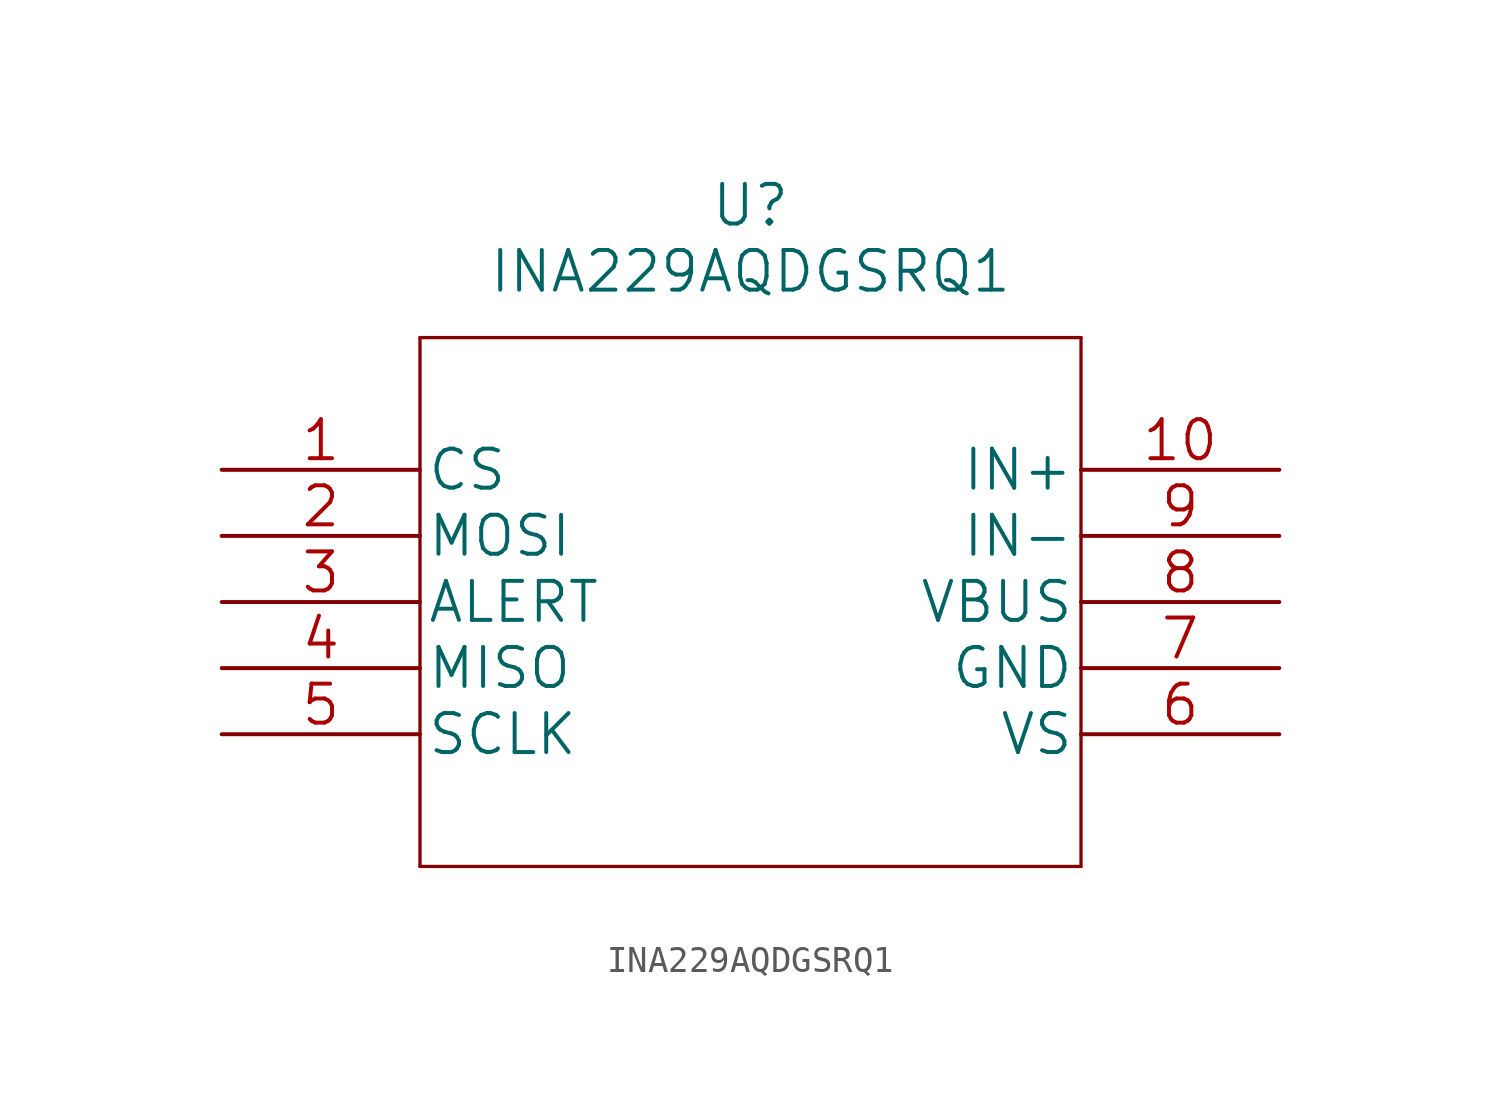
<source format=kicad_sym>
(kicad_symbol_lib
  (version 20220914)
  (generator kicad_symbol_editor)
  (symbol "INA229AQDGSRQ1"
    (pin_names
      (offset 0.254))
    (property "Reference" "U"
      (at 20.32 10.16 0)
      (effects (font (size 1.524 1.524))))
    (property "Value" "INA229AQDGSRQ1"
      (at 20.32 7.62 0)
      (effects (font (size 1.524 1.524))))
    (property "Datasheet" ""
      (at 0 0 0)
      (effects (font (size 1.524 1.524))))
    (symbol "INA229AQDGSRQ1_1_1"
      (polyline (pts (xy 7.62 -15.24) (xy 33.02 -15.24)) (stroke (width 0.127) (type solid)) (fill (type none)))
      (polyline (pts (xy 7.62 5.08) (xy 7.62 -15.24)) (stroke (width 0.127) (type solid)) (fill (type none)))
      (polyline (pts (xy 33.02 -15.24) (xy 33.02 5.08)) (stroke (width 0.127) (type solid)) (fill (type none)))
      (polyline (pts (xy 33.02 5.08) (xy 7.62 5.08)) (stroke (width 0.127) (type solid)) (fill (type none)))
      (pin input line (at 0 0 0) (length 7.62) (name "CS" (effects (font (size 1.499 1.499)))) (number "1" (effects (font (size 1.499 1.499)))))
      (pin input line (at 40.64 0 180) (length 7.62) (name "IN+" (effects (font (size 1.499 1.499)))) (number "10" (effects (font (size 1.499 1.499)))))
      (pin input line (at 0 -2.54 0) (length 7.62) (name "MOSI" (effects (font (size 1.499 1.499)))) (number "2" (effects (font (size 1.499 1.499)))))
      (pin output line (at 0 -5.08 0) (length 7.62) (name "ALERT" (effects (font (size 1.499 1.499)))) (number "3" (effects (font (size 1.499 1.499)))))
      (pin output line (at 0 -7.62 0) (length 7.62) (name "MISO" (effects (font (size 1.499 1.499)))) (number "4" (effects (font (size 1.499 1.499)))))
      (pin input line (at 0 -10.16 0) (length 7.62) (name "SCLK" (effects (font (size 1.499 1.499)))) (number "5" (effects (font (size 1.499 1.499)))))
      (pin power_in line (at 40.64 -10.16 180) (length 7.62) (name "VS" (effects (font (size 1.499 1.499)))) (number "6" (effects (font (size 1.499 1.499)))))
      (pin power_in line (at 40.64 -7.62 180) (length 7.62) (name "GND" (effects (font (size 1.499 1.499)))) (number "7" (effects (font (size 1.499 1.499)))))
      (pin input line (at 40.64 -5.08 180) (length 7.62) (name "VBUS" (effects (font (size 1.499 1.499)))) (number "8" (effects (font (size 1.499 1.499)))))
      (pin input line (at 40.64 -2.54 180) (length 7.62) (name "IN-" (effects (font (size 1.499 1.499)))) (number "9" (effects (font (size 1.499 1.499))))))))
</source>
